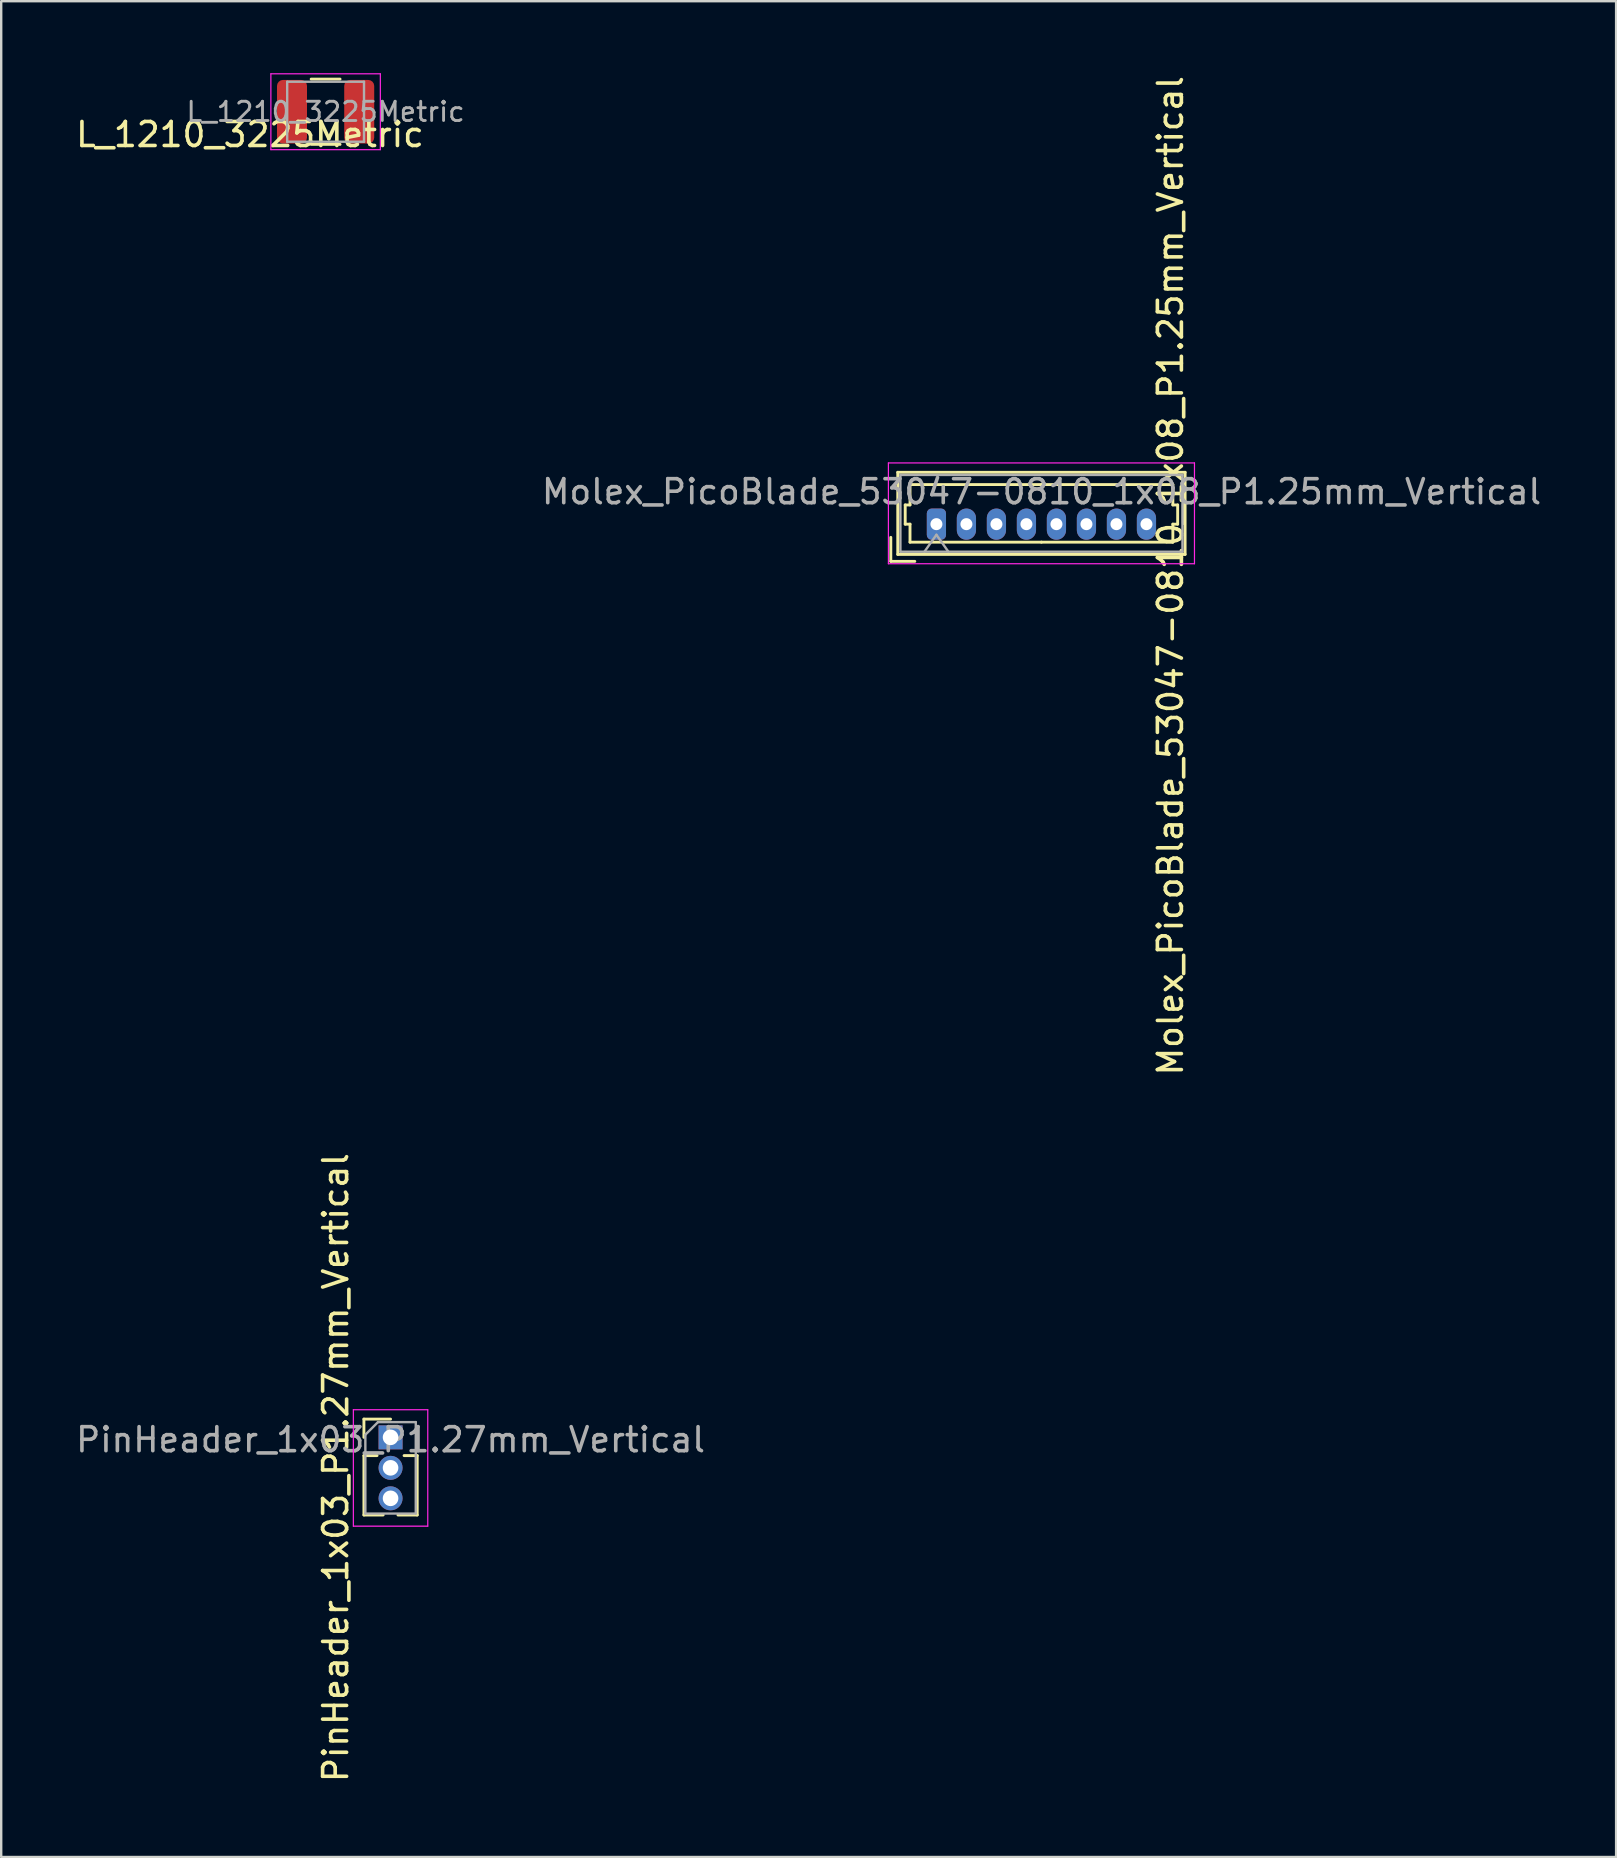
<source format=kicad_pcb>
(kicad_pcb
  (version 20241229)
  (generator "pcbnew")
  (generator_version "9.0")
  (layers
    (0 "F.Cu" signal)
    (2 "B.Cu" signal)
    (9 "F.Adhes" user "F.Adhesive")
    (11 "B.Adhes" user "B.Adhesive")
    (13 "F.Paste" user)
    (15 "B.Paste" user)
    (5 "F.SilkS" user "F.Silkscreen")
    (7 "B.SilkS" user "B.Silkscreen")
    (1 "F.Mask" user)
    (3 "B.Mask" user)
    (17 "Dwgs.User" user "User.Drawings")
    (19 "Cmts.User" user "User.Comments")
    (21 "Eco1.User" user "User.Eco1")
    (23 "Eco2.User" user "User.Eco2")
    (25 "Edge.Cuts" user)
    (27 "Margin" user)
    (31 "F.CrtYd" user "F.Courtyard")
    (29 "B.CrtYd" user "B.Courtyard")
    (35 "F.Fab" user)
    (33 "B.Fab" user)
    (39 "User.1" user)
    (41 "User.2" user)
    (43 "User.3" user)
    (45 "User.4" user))
  (footprint "PinHeader_1x03_P1.27mm_Vertical"
    (layer "F.Cu")
    (at 13.22 58.097)
    (property "Reference" "PinHeader_1x03_P1.27mm_Vertical" (at -2.286 -0.008 270) (layer "F.SilkS") (effects (font (size 1 1) (thickness 0.15))))
    (attr through_hole)
    (fp_line (start -1.11 -2.03) (end 0 -2.03) (stroke (width 0.12) (type solid)) (layer "F.SilkS"))
    (fp_line (start -1.11 -1.27) (end -1.11 -2.03) (stroke (width 0.12) (type solid)) (layer "F.SilkS"))
    (fp_line (start -1.11 -0.51) (end -1.11 1.965) (stroke (width 0.12) (type solid)) (layer "F.SilkS"))
    (fp_line (start -1.11 -0.51) (end -0.563 -0.51) (stroke (width 0.12) (type solid)) (layer "F.SilkS"))
    (fp_line (start -1.11 1.965) (end -0.308 1.965) (stroke (width 0.12) (type solid)) (layer "F.SilkS"))
    (fp_line (start 0.308 1.965) (end 1.11 1.965) (stroke (width 0.12) (type solid)) (layer "F.SilkS"))
    (fp_line (start 0.563 -0.51) (end 1.11 -0.51) (stroke (width 0.12) (type solid)) (layer "F.SilkS"))
    (fp_line (start 1.11 -0.51) (end 1.11 1.965) (stroke (width 0.12) (type solid)) (layer "F.SilkS"))
    (fp_line (start -1.55 -2.42) (end -1.55 2.43) (stroke (width 0.05) (type solid)) (layer "F.CrtYd"))
    (fp_line (start -1.55 2.43) (end 1.55 2.43) (stroke (width 0.05) (type solid)) (layer "F.CrtYd"))
    (fp_line (start 1.55 -2.42) (end -1.55 -2.42) (stroke (width 0.05) (type solid)) (layer "F.CrtYd"))
    (fp_line (start 1.55 2.43) (end 1.55 -2.42) (stroke (width 0.05) (type solid)) (layer "F.CrtYd"))
    (fp_line (start -1.05 -1.38) (end -0.525 -1.905) (stroke (width 0.1) (type solid)) (layer "F.Fab"))
    (fp_line (start -1.05 1.905) (end -1.05 -1.38) (stroke (width 0.1) (type solid)) (layer "F.Fab"))
    (fp_line (start -0.525 -1.905) (end 1.05 -1.905) (stroke (width 0.1) (type solid)) (layer "F.Fab"))
    (fp_line (start 1.05 -1.905) (end 1.05 1.905) (stroke (width 0.1) (type solid)) (layer "F.Fab"))
    (fp_line (start 1.05 1.905) (end -1.05 1.905) (stroke (width 0.1) (type solid)) (layer "F.Fab"))
    (fp_text user "Copyright 2016 Accelerated Designs. All rights reserved." (at -2 -1.97 270) (layer "Cmts.User") (effects (font (size 0.127 0.127) (thickness 0.002))))
    (fp_text user "${REFERENCE}" (at 0 -1.17 180) (layer "F.Fab") (effects (font (size 1 1) (thickness 0.15))))
    (pad "1" thru_hole rect (at 0 -1.27) (size 1 1) (drill 0.65) (layers "*.Cu" "*.Mask"))
    (pad "2" thru_hole oval (at 0 0) (size 1 1) (drill 0.65) (layers "*.Cu" "*.Mask"))
    (pad "3" thru_hole oval (at 0 1.27) (size 1 1) (drill 0.65) (layers "*.Cu" "*.Mask")))
  (footprint "Molex_PicoBlade_53047-0810_1x08_P1.25mm_Vertical"
    (layer "F.Cu")
    (at 35.959 18.785)
    (property "Reference" "Molex_PicoBlade_53047-0810_1x08_P1.25mm_Vertical" (at 9.75 2.15 270) (layer "F.SilkS") (effects (font (size 1 1) (thickness 0.15))))
    (attr through_hole)
    (fp_line (start -1.9 1.55) (end -1.9 0.55) (stroke (width 0.12) (type solid)) (layer "F.SilkS"))
    (fp_line (start -1.9 1.55) (end -0.9 1.55) (stroke (width 0.12) (type solid)) (layer "F.SilkS"))
    (fp_line (start -1.61 -2.16) (end -1.61 1.26) (stroke (width 0.12) (type solid)) (layer "F.SilkS"))
    (fp_line (start -1.61 1.26) (end 10.36 1.26) (stroke (width 0.12) (type solid)) (layer "F.SilkS"))
    (fp_line (start -1.3 -0.8) (end -1.1 -0.8) (stroke (width 0.12) (type solid)) (layer "F.SilkS"))
    (fp_line (start -1.3 0) (end -1.3 -0.8) (stroke (width 0.12) (type solid)) (layer "F.SilkS"))
    (fp_line (start -1.1 -1.65) (end 4.375 -1.65) (stroke (width 0.12) (type solid)) (layer "F.SilkS"))
    (fp_line (start -1.1 -0.8) (end -1.1 -1.65) (stroke (width 0.12) (type solid)) (layer "F.SilkS"))
    (fp_line (start -1.1 0) (end -1.3 0) (stroke (width 0.12) (type solid)) (layer "F.SilkS"))
    (fp_line (start -1.1 0.75) (end -1.1 0) (stroke (width 0.12) (type solid)) (layer "F.SilkS"))
    (fp_line (start 4.375 0.75) (end -1.1 0.75) (stroke (width 0.12) (type solid)) (layer "F.SilkS"))
    (fp_line (start 4.375 0.75) (end 9.85 0.75) (stroke (width 0.12) (type solid)) (layer "F.SilkS"))
    (fp_line (start 9.85 -1.65) (end 4.375 -1.65) (stroke (width 0.12) (type solid)) (layer "F.SilkS"))
    (fp_line (start 9.85 -0.8) (end 9.85 -1.65) (stroke (width 0.12) (type solid)) (layer "F.SilkS"))
    (fp_line (start 9.85 0) (end 10.05 0) (stroke (width 0.12) (type solid)) (layer "F.SilkS"))
    (fp_line (start 9.85 0.75) (end 9.85 0) (stroke (width 0.12) (type solid)) (layer "F.SilkS"))
    (fp_line (start 10.05 -0.8) (end 9.85 -0.8) (stroke (width 0.12) (type solid)) (layer "F.SilkS"))
    (fp_line (start 10.05 0) (end 10.05 -0.8) (stroke (width 0.12) (type solid)) (layer "F.SilkS"))
    (fp_line (start 10.36 -2.16) (end -1.61 -2.16) (stroke (width 0.12) (type solid)) (layer "F.SilkS"))
    (fp_line (start 10.36 1.26) (end 10.36 -2.16) (stroke (width 0.12) (type solid)) (layer "F.SilkS"))
    (fp_line (start -2 -2.55) (end -2 1.65) (stroke (width 0.05) (type solid)) (layer "F.CrtYd"))
    (fp_line (start -2 1.65) (end 10.75 1.65) (stroke (width 0.05) (type solid)) (layer "F.CrtYd"))
    (fp_line (start 10.75 -2.55) (end -2 -2.55) (stroke (width 0.05) (type solid)) (layer "F.CrtYd"))
    (fp_line (start 10.75 1.65) (end 10.75 -2.55) (stroke (width 0.05) (type solid)) (layer "F.CrtYd"))
    (fp_line (start -1.5 -2.05) (end -1.5 1.15) (stroke (width 0.1) (type solid)) (layer "F.Fab"))
    (fp_line (start -1.5 1.15) (end 10.25 1.15) (stroke (width 0.1) (type solid)) (layer "F.Fab"))
    (fp_line (start -0.5 1.15) (end 0 0.443) (stroke (width 0.1) (type solid)) (layer "F.Fab"))
    (fp_line (start 0 0.443) (end 0.5 1.15) (stroke (width 0.1) (type solid)) (layer "F.Fab"))
    (fp_line (start 10.25 -2.05) (end -1.5 -2.05) (stroke (width 0.1) (type solid)) (layer "F.Fab"))
    (fp_line (start 10.25 1.15) (end 10.25 -2.05) (stroke (width 0.1) (type solid)) (layer "F.Fab"))
    (fp_text user "${REFERENCE}" (at 4.38 -1.35 0) (layer "F.Fab") (effects (font (size 1 1) (thickness 0.15))))
    (pad "1" thru_hole roundrect (at 0 0) (size 0.8 1.3) (drill 0.5) (layers "*.Cu" "*.Mask") (roundrect_rratio 0.25))
    (pad "2" thru_hole oval (at 1.25 0) (size 0.8 1.3) (drill 0.5) (layers "*.Cu" "*.Mask"))
    (pad "3" thru_hole oval (at 2.5 0) (size 0.8 1.3) (drill 0.5) (layers "*.Cu" "*.Mask"))
    (pad "4" thru_hole oval (at 3.75 0) (size 0.8 1.3) (drill 0.5) (layers "*.Cu" "*.Mask"))
    (pad "5" thru_hole oval (at 5 0) (size 0.8 1.3) (drill 0.5) (layers "*.Cu" "*.Mask"))
    (pad "6" thru_hole oval (at 6.25 0) (size 0.8 1.3) (drill 0.5) (layers "*.Cu" "*.Mask"))
    (pad "7" thru_hole oval (at 7.5 0) (size 0.8 1.3) (drill 0.5) (layers "*.Cu" "*.Mask"))
    (pad "8" thru_hole oval (at 8.75 0) (size 0.8 1.3) (drill 0.5) (layers "*.Cu" "*.Mask")))
  (footprint "L_1210_3225Metric"
    (layer "F.Cu")
    (at 10.514 1.605)
    (property "Reference" "L_1210_3225Metric" (at -3.151 0.95 0) (layer "F.SilkS") (effects (font (size 1 1) (thickness 0.15))))
    (attr smd)
    (fp_line (start -0.602 -1.36) (end 0.602 -1.36) (stroke (width 0.12) (type solid)) (layer "F.SilkS"))
    (fp_line (start -0.602 1.36) (end 0.602 1.36) (stroke (width 0.12) (type solid)) (layer "F.SilkS"))
    (fp_line (start -2.28 -1.58) (end 2.28 -1.58) (stroke (width 0.05) (type solid)) (layer "F.CrtYd"))
    (fp_line (start -2.28 1.58) (end -2.28 -1.58) (stroke (width 0.05) (type solid)) (layer "F.CrtYd"))
    (fp_line (start 2.28 -1.58) (end 2.28 1.58) (stroke (width 0.05) (type solid)) (layer "F.CrtYd"))
    (fp_line (start 2.28 1.58) (end -2.28 1.58) (stroke (width 0.05) (type solid)) (layer "F.CrtYd"))
    (fp_line (start -1.6 -1.25) (end 1.6 -1.25) (stroke (width 0.1) (type solid)) (layer "F.Fab"))
    (fp_line (start -1.6 1.25) (end -1.6 -1.25) (stroke (width 0.1) (type solid)) (layer "F.Fab"))
    (fp_line (start 1.6 -1.25) (end 1.6 1.25) (stroke (width 0.1) (type solid)) (layer "F.Fab"))
    (fp_line (start 1.6 1.25) (end -1.6 1.25) (stroke (width 0.1) (type solid)) (layer "F.Fab"))
    (fp_text user "${REFERENCE}" (at 0 0 180) (layer "F.Fab") (effects (font (size 0.8 0.8) (thickness 0.12))))
    (pad "1" smd roundrect (at -1.4 0) (size 1.25 2.65) (layers "F.Cu" "F.Mask" "F.Paste") (roundrect_rratio 0.2))
    (pad "2" smd roundrect (at 1.4 0) (size 1.25 2.65) (layers "F.Cu" "F.Mask" "F.Paste") (roundrect_rratio 0.2)))
  (gr_rect
    (start -3 -3)
    (end 64.274 74.31)
    (stroke (width 0.1) (type default))
    (fill no)
    (layer "Edge.Cuts")))
</source>
